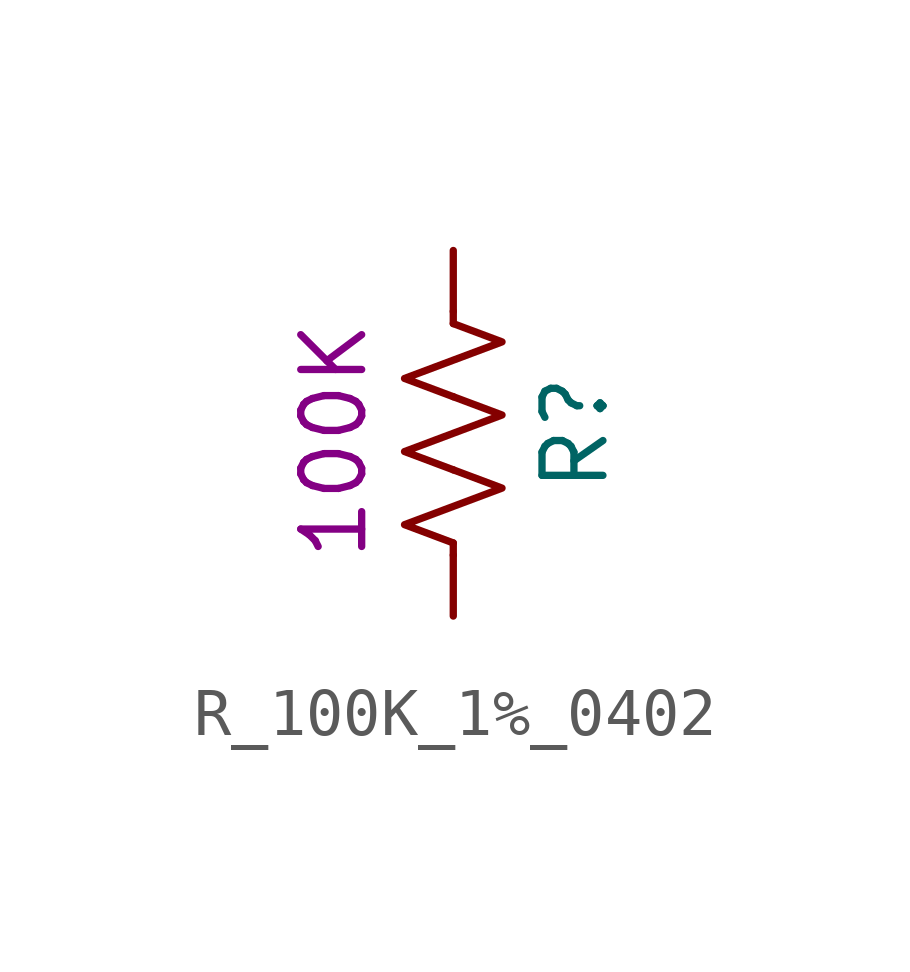
<source format=kicad_sym>
(kicad_symbol_lib
  (version 20211014)
  (generator kicad_symbol_editor)
  (symbol "R_100K_1%_0402"
    (pin_numbers hide)
    (pin_names
      (offset 0))
    (property "Reference" "R"
      (at 2.54 1.27 90)
      (effects (font (size 1.27 1.27))))
    (property "Res_value" "100K"
      (at -2.489 1.118 90)
      (effects (font (size 1.27 1.27))))
    (symbol "R_100K_1%_0402_0_1"
      (polyline (pts (xy 0 -1.016) (xy 0 -1.27)) (stroke (width 0) (type default) (color 0 0 0 0)) (fill (type none)))
      (polyline (pts (xy 0 3.556) (xy 0 3.81)) (stroke (width 0) (type default) (color 0 0 0 0)) (fill (type none)))
      (polyline (pts (xy 0 0.508) (xy 1.016 0.127) (xy 0 -0.254) (xy -1.016 -0.635) (xy 0 -1.016)) (stroke (width 0) (type default) (color 0 0 0 0)) (fill (type none)))
      (polyline (pts (xy 0 2.032) (xy 1.016 1.651) (xy 0 1.27) (xy -1.016 0.889) (xy 0 0.508)) (stroke (width 0) (type default) (color 0 0 0 0)) (fill (type none)))
      (polyline (pts (xy 0 3.556) (xy 1.016 3.175) (xy 0 2.794) (xy -1.016 2.413) (xy 0 2.032)) (stroke (width 0) (type default) (color 0 0 0 0)) (fill (type none))))
    (symbol "R_100K_1%_0402_1_1"
      (pin passive line (at 0 5.08 270) (length 1.27) (name "~" (effects (font (size 1.27 1.27)))) (number "1" (effects (font (size 1.27 1.27)))))
      (pin passive line (at 0 -2.54 90) (length 1.27) (name "~" (effects (font (size 1.27 1.27)))) (number "2" (effects (font (size 1.27 1.27))))))))
</source>
